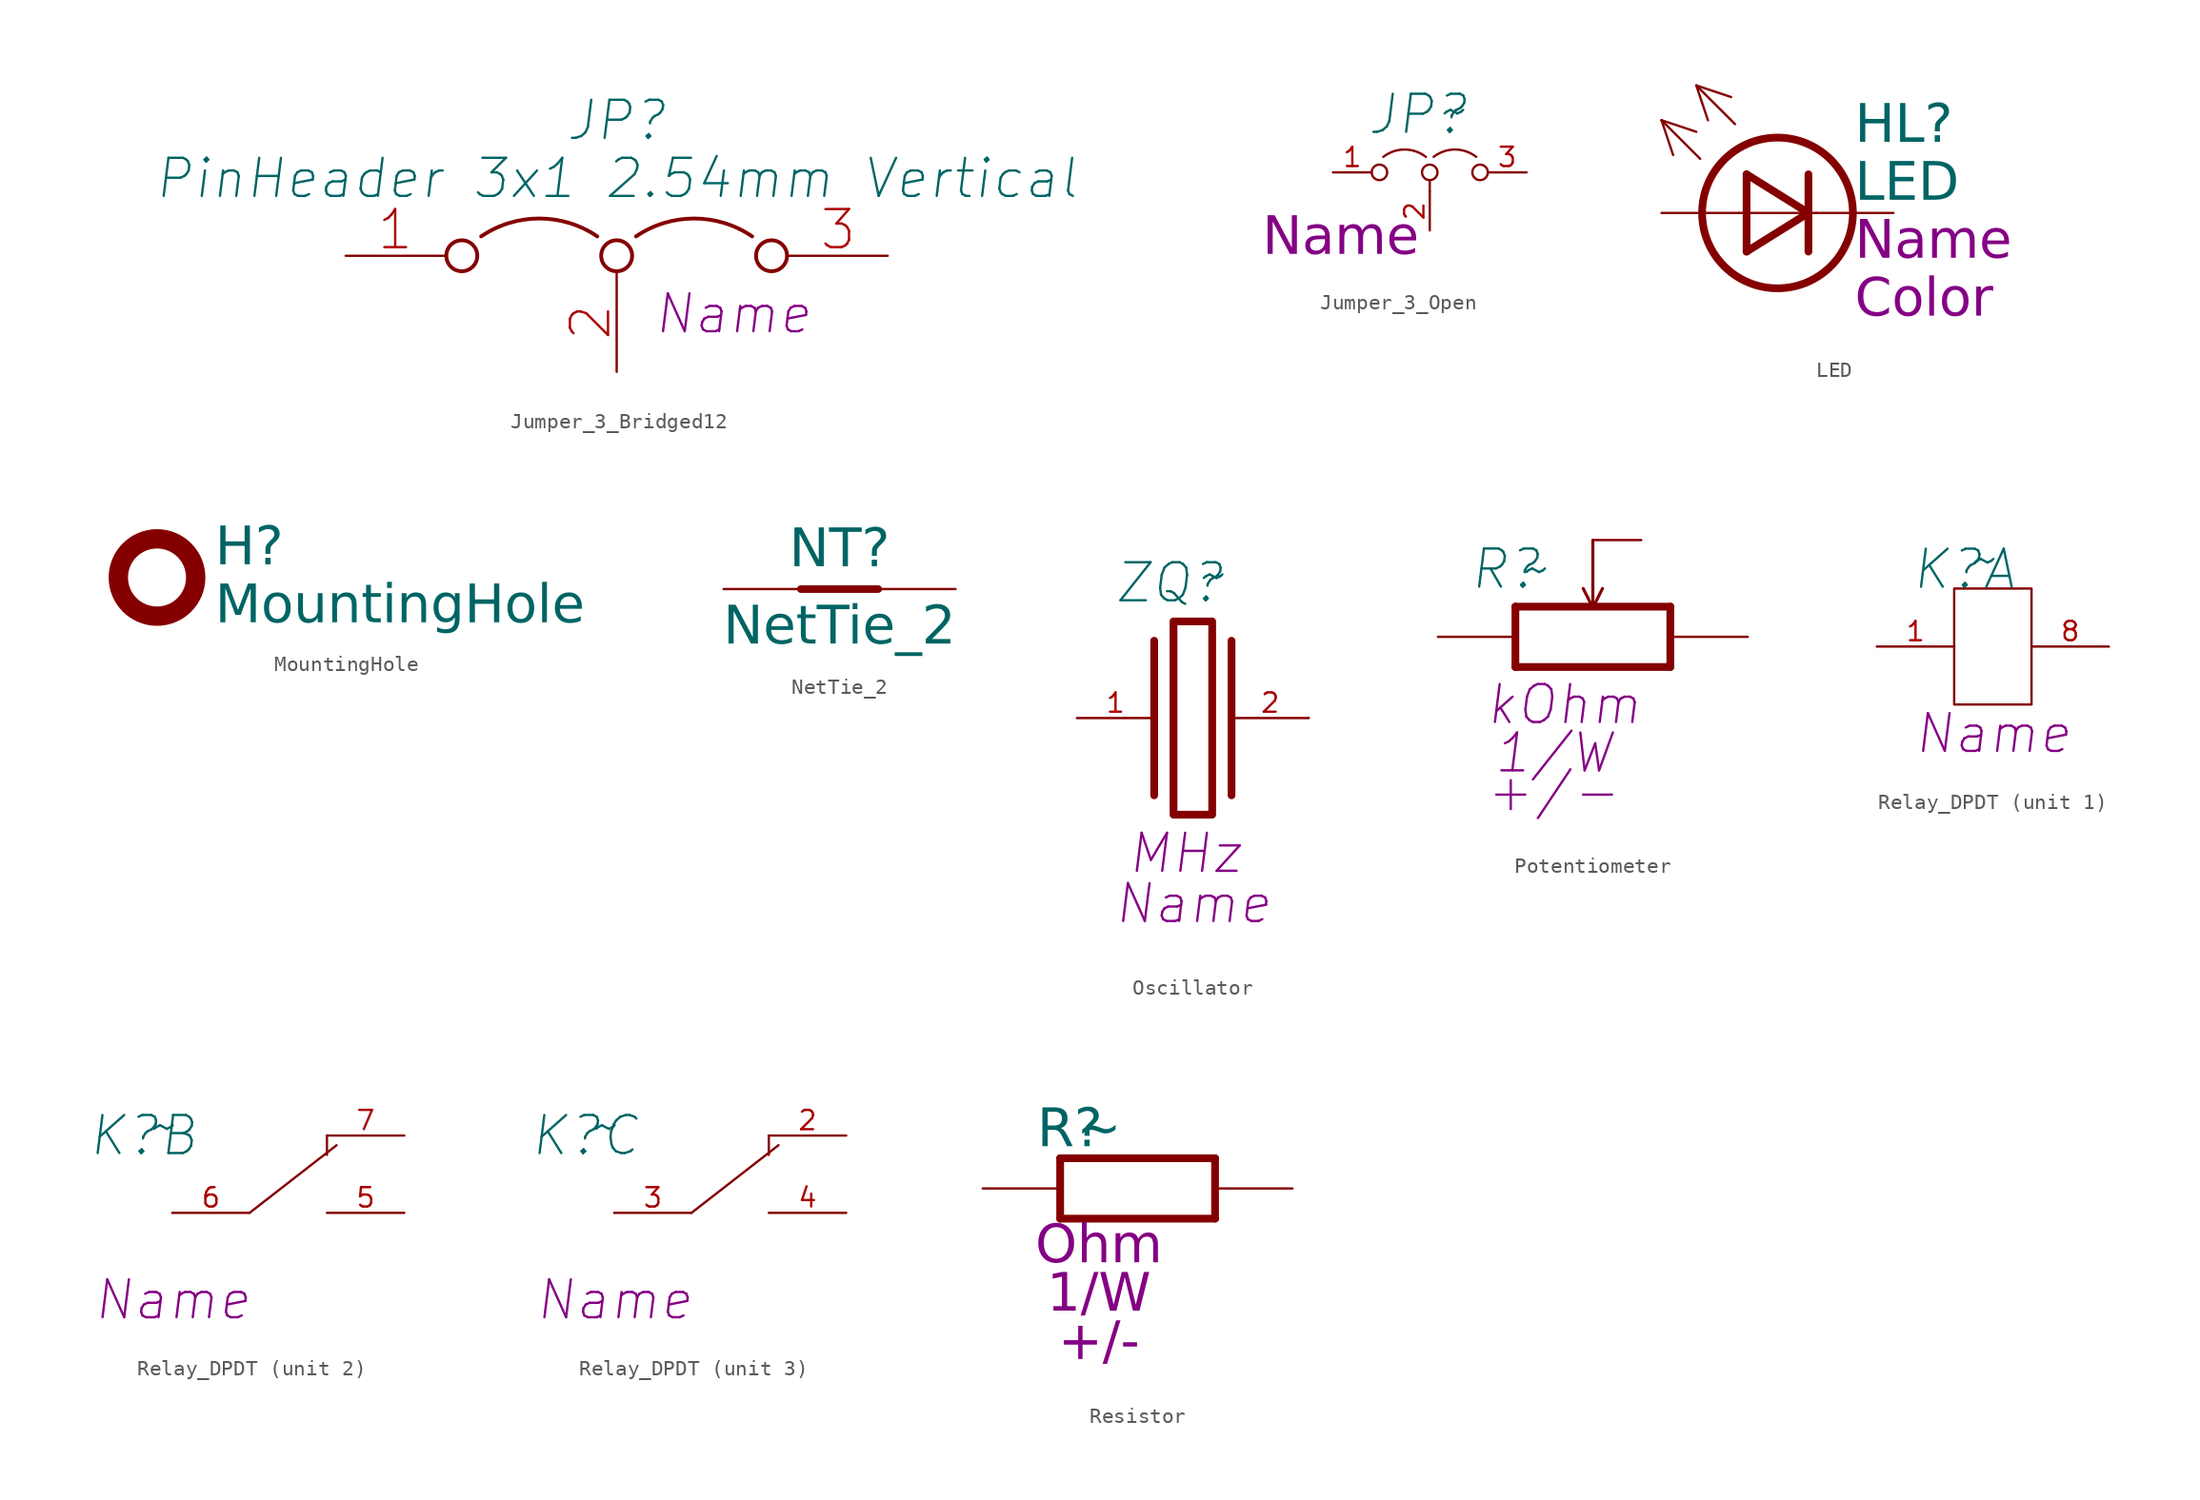
<source format=kicad_sym>
(kicad_symbol_lib
  (version 20241209)
  (generator "kicad_symbol_editor")
  (generator_version "9.0")
  (symbol "Jumper_3_Bridged12"
    (pin_names
      (offset 0)
      (hide yes))
    (property "Reference" "JP"
      (at 0 8.89 0)
      (effects (font (size 2.5 2.5) (italic yes))))
    (property "Value" "PinHeader 3x1 2.54mm Vertical"
      (at 0 5.08 0)
      (effects (font (size 2.5 2.5) (italic yes))))
    (property "Name" "Name"
      (at 7.62 -3.81 0)
      (effects (font (size 2.489 2.489) (italic yes))))
    (symbol "Jumper_3_Bridged12_1_0"
      (circle (center -10.16 0) (radius 1.016) (stroke (width 0.25) (type solid)) (fill (type none)))
      (circle (center 0 0) (radius 1.016) (stroke (width 0.25) (type solid)) (fill (type none)))
      (circle (center 10.16 0) (radius 1.016) (stroke (width 0.25) (type solid)) (fill (type none))))
    (symbol "Jumper_3_Bridged12_1_1"
      (arc (start -8.89 1.27) (mid -5.08 2.4453) (end -1.27 1.27) (stroke (width 0.25) (type solid)) (fill (type none)))
      (arc (start 1.27 1.27) (mid 5.08 2.4453) (end 8.89 1.27) (stroke (width 0.25) (type solid)) (fill (type none)))
      (pin passive line (at -17.78 0 0) (length 6.5) (name "A" (effects (font (size 2.5 2.5)))) (number "1" (effects (font (size 2.5 2.5)))))
      (pin input line (at 0 -7.62 90) (length 6.5) (name "C" (effects (font (size 2.5 2.5)))) (number "2" (effects (font (size 2.5 2.5)))))
      (pin passive line (at 17.78 0 180) (length 6.5) (name "B" (effects (font (size 2.5 2.5)))) (number "3" (effects (font (size 2.5 2.5)))))))
  (symbol "Jumper_3_Open"
    (pin_names
      (offset 0)
      (hide yes))
    (property "Reference" "JP"
      (at -0.762 3.81 0)
      (effects (font (size 2.5 2.5) (italic yes))))
    (property "Value" "~"
      (at 1.524 4.064 0)
      (effects (font (size 2.5 2.5) (italic yes))))
    (property "Name" "Name"
      (at -5.842 -4.318 0)
      (effects (font (face "GOST type A") (size 2.489 2.489) (italic yes))))
    (symbol "Jumper_3_Open_0_0"
      (circle (center -3.302 0) (radius 0.508) (stroke (width 0) (type solid)) (fill (type none)))
      (circle (center 0 0) (radius 0.508) (stroke (width 0) (type solid)) (fill (type none)))
      (circle (center 3.302 0) (radius 0.508) (stroke (width 0) (type solid)) (fill (type none))))
    (symbol "Jumper_3_Open_0_1"
      (arc (start -3.048 1.016) (mid -1.651 1.4992) (end -0.254 1.016) (stroke (width 0) (type solid)) (fill (type none)))
      (polyline (pts (xy 0 -0.508) (xy 0 -1.27)) (stroke (width 0) (type solid)) (fill (type none)))
      (arc (start 0.254 1.016) (mid 1.651 1.4992) (end 3.048 1.016) (stroke (width 0) (type solid)) (fill (type none))))
    (symbol "Jumper_3_Open_1_1"
      (pin passive line (at -6.35 0 0) (length 2.54) (name "A" (effects (font (size 1.27 1.27)))) (number "1" (effects (font (size 1.27 1.27)))))
      (pin input line (at 0 -3.81 90) (length 2.54) (name "C" (effects (font (size 1.27 1.27)))) (number "2" (effects (font (size 1.27 1.27)))))
      (pin passive line (at 6.35 0 180) (length 2.54) (name "B" (effects (font (size 1.27 1.27)))) (number "3" (effects (font (size 1.27 1.27)))))))
  (symbol "LED"
    (pin_numbers
      (hide yes))
    (pin_names
      (offset 1.016)
      (hide yes))
    (property "Reference" "HL"
      (at 5.08 5.715 0)
      (effects (font (face "GOST type A") (size 2.5 2.5) (italic yes)) (justify left)))
    (property "Value" "LED"
      (at 5.08 1.905 0)
      (effects (font (face "GOST type A") (size 2.5 2.5) (italic yes)) (justify left)))
    (property "Name" "Name"
      (at 5.08 -1.905 0)
      (effects (font (face "GOST type A") (size 2.5 2.5) (italic yes)) (justify left)))
    (property "Color" "Color"
      (at 5.08 -5.715 0)
      (effects (font (face "GOST type A") (size 2.489 2.489) (italic yes)) (justify left)))
    (symbol "LED_0_1"
      (polyline (pts (xy -5.08 3.556) (xy -7.62 6.096)) (stroke (width 0) (type solid)) (fill (type none)))
      (polyline (pts (xy -2.032 -2.54) (xy -2.032 2.54)) (stroke (width 0.508) (type solid)) (fill (type none)))
      (polyline (pts (xy -2.032 -2.54) (xy 2.032 0) (xy -2.032 2.54)) (stroke (width 0.508) (type solid)) (fill (type none)))
      (circle (center 0 0) (radius 4.953) (stroke (width 0.508) (type solid)) (fill (type none)))
      (polyline (pts (xy 2.032 -2.54) (xy 2.032 2.54)) (stroke (width 0.508) (type solid)) (fill (type none)))
      (polyline (pts (xy 2.54 0) (xy -2.54 0)) (stroke (width 0) (type solid)) (fill (type none))))
    (symbol "LED_1_1"
      (polyline (pts (xy -7.62 6.096) (xy -6.858 3.81)) (stroke (width 0) (type solid)) (fill (type none)))
      (polyline (pts (xy -7.62 6.096) (xy -5.334 5.334)) (stroke (width 0) (type solid)) (fill (type none)))
      (polyline (pts (xy -5.334 8.382) (xy -4.572 6.096)) (stroke (width 0) (type solid)) (fill (type none)))
      (polyline (pts (xy -5.334 8.382) (xy -3.048 7.62)) (stroke (width 0) (type solid)) (fill (type none)))
      (polyline (pts (xy -2.794 5.842) (xy -5.334 8.382)) (stroke (width 0) (type solid)) (fill (type none)))
      (pin passive line (at -7.62 0 0) (length 5.08) (name "A" (effects (font (size 1.27 1.27)))) (number "2" (effects (font (size 1.27 1.27)))))
      (pin passive line (at 7.62 0 180) (length 5.08) (name "K" (effects (font (size 1.27 1.27)))) (number "1" (effects (font (size 1.27 1.27)))))))
  (symbol "MountingHole"
    (pin_names
      (offset 1.016))
    (property "Reference" "H"
      (at 3.81 1.905 0)
      (effects (font (face "GOST type A") (size 2.5 2.5) (italic yes)) (justify left)))
    (property "Value" "MountingHole"
      (at 3.81 -1.905 0)
      (effects (font (face "GOST type A") (size 2.5 2.5) (italic yes)) (justify left)))
    (symbol "MountingHole_0_1"
      (circle (center 0 0) (radius 2.54) (stroke (width 1.27) (type default)) (fill (type none)))))
  (symbol "NetTie_2"
    (pin_numbers
      (hide yes))
    (pin_names
      (offset 0)
      (hide yes))
    (property "Reference" "NT"
      (at 0 2.54 0)
      (effects (font (face "GOST type A") (size 2.5 2.5) (italic yes))))
    (property "Value" "NetTie_2"
      (at 0 -2.54 0)
      (effects (font (face "GOST type A") (size 2.5 2.5) (italic yes))))
    (symbol "NetTie_2_1_1"
      (polyline (pts (xy -2.54 0) (xy 2.54 0)) (stroke (width 0.5) (type default)) (fill (type none)))
      (pin passive line (at -7.62 0 0) (length 5.08) (name "1" (effects (font (size 1.27 1.27)))) (number "1" (effects (font (size 1.27 1.27)))))
      (pin passive line (at 7.62 0 180) (length 5.08) (name "2" (effects (font (size 1.27 1.27)))) (number "2" (effects (font (size 1.27 1.27)))))))
  (symbol "Oscillator"
    (pin_names
      (offset 1.016)
      (hide yes))
    (property "Reference" "ZQ"
      (at -1.524 8.89 0)
      (effects (font (size 2.5 2.5) (italic yes))))
    (property "Value" "~"
      (at 1.27 9.398 0)
      (effects (font (size 2.5 2.5) (italic yes))))
    (property "Frequency" "MHz"
      (at -0.508 -8.89 0)
      (effects (font (size 2.5 2.5) (italic yes))))
    (property "Name" "Name"
      (at 0 -12.192 0)
      (effects (font (size 2.489 2.489) (italic yes))))
    (symbol "Oscillator_0_1"
      (polyline (pts (xy -2.54 5.08) (xy -2.54 -5.08)) (stroke (width 0.508) (type solid)) (fill (type none)))
      (rectangle (start -1.27 6.35) (end 1.27 -6.35) (stroke (width 0.508) (type solid)) (fill (type none)))
      (polyline (pts (xy 2.54 5.08) (xy 2.54 -5.08)) (stroke (width 0.508) (type solid)) (fill (type none))))
    (symbol "Oscillator_1_1"
      (pin passive line (at -7.62 0 0) (length 5.08) (name "1" (effects (font (size 1.27 1.27)))) (number "1" (effects (font (size 1.27 1.27)))))
      (pin passive line (at 7.62 0 180) (length 5.08) (name "2" (effects (font (size 1.27 1.27)))) (number "2" (effects (font (size 1.27 1.27)))))))
  (symbol "Potentiometer"
    (pin_numbers
      (hide yes))
    (pin_names
      (offset 1.016)
      (hide yes))
    (property "Reference" "R"
      (at -5.715 4.445 0)
      (effects (font (size 2.5 2.5) (italic yes))))
    (property "Value" "~"
      (at -3.81 4.445 0)
      (effects (font (size 2.5 2.5) (italic yes))))
    (property "Value_1" "kOhm"
      (at -1.905 -4.445 0)
      (effects (font (size 2.489 2.489) (italic yes))))
    (property "Watt" "1/W"
      (at -2.54 -7.62 0)
      (effects (font (size 2.489 2.489) (italic yes))))
    (property "Fault" "+/-"
      (at -2.54 -10.16 0)
      (effects (font (size 2.489 2.489))))
    (symbol "Potentiometer_0_1"
      (polyline (pts (xy 0 1.905) (xy 0 1.905)) (stroke (width 0) (type default)) (fill (type none))))
    (symbol "Potentiometer_1_1"
      (polyline (pts (xy -5.08 1.981) (xy -5.08 -1.981)) (stroke (width 0.508) (type solid)) (fill (type none)))
      (polyline (pts (xy -5.08 1.981) (xy 5.08 1.981)) (stroke (width 0.508) (type solid)) (fill (type none)))
      (polyline (pts (xy -5.08 -1.981) (xy 5.08 -1.981)) (stroke (width 0.508) (type solid)) (fill (type none)))
      (polyline (pts (xy -0.635 3.175) (xy 0 1.905)) (stroke (width 0.2) (type default)) (fill (type none)))
      (polyline (pts (xy 0 6.35) (xy 0 1.905)) (stroke (width 0.2) (type solid)) (fill (type none)))
      (polyline (pts (xy 0.635 3.175) (xy 0 1.905)) (stroke (width 0.2) (type default)) (fill (type none)))
      (polyline (pts (xy 5.08 1.981) (xy 5.08 -1.981)) (stroke (width 0.508) (type solid)) (fill (type none)))
      (pin passive line (at -10.16 0 0) (length 5.08) (name "CCW" (effects (font (size 1.27 1.27)))) (number "1" (effects (font (size 1.27 1.27)))))
      (pin passive line (at 3.175 6.35 180) (length 3.048) (name "" (effects (font (size 1.27 1.27)))) (number "" (effects (font (size 1.27 1.27)))))
      (pin passive line (at 10.16 0 180) (length 5.08) (name "CW" (effects (font (size 1.27 1.27)))) (number "3" (effects (font (size 1.27 1.27)))))))
  (symbol "Relay_DPDT"
    (pin_names
      (offset 1.016)
      (hide yes))
    (property "Reference" "K"
      (at -1.905 5.08 0)
      (effects (font (size 2.5 2.5) (italic yes))))
    (property "Value" "~"
      (at -0.635 5.715 0)
      (effects (font (size 2.5 2.5) (italic yes))))
    (property "Name" "Name"
      (at 0 -5.715 0)
      (effects (font (size 2.489 2.489) (italic yes))))
    (property "ki_locked" ""
      (at 0 0 0)
      (effects (font (size 1.27 1.27))))
    (symbol "Relay_DPDT_1_1"
      (polyline (pts (xy -2.54 3.81) (xy -2.54 -3.81) (xy 2.54 -3.81) (xy 2.54 3.81) (xy -2.54 3.81)) (stroke (width 0) (type solid)) (fill (type none)))
      (pin passive line (at -7.62 0 0) (length 5.08) (name "1" (effects (font (size 1.27 1.27)))) (number "1" (effects (font (size 1.27 1.27)))))
      (pin passive line (at 7.62 0 180) (length 5.08) (name "8" (effects (font (size 1.27 1.27)))) (number "8" (effects (font (size 1.27 1.27))))))
    (symbol "Relay_DPDT_2_1"
      (polyline (pts (xy 5.08 0) (xy 10.795 4.445)) (stroke (width 0) (type solid)) (fill (type none)))
      (polyline (pts (xy 10.16 3.81) (xy 10.16 5.08)) (stroke (width 0) (type solid)) (fill (type none)))
      (pin passive line (at 0 0 0) (length 5.08) (name "6" (effects (font (size 1.27 1.27)))) (number "6" (effects (font (size 1.27 1.27)))))
      (pin passive line (at 15.24 5.08 180) (length 5.08) (name "7" (effects (font (size 1.27 1.27)))) (number "7" (effects (font (size 1.27 1.27)))))
      (pin passive line (at 15.24 0 180) (length 5.08) (name "5" (effects (font (size 1.27 1.27)))) (number "5" (effects (font (size 1.27 1.27))))))
    (symbol "Relay_DPDT_3_1"
      (polyline (pts (xy 5.08 0) (xy 10.795 4.445)) (stroke (width 0) (type solid)) (fill (type none)))
      (polyline (pts (xy 10.16 3.81) (xy 10.16 5.08)) (stroke (width 0) (type solid)) (fill (type none)))
      (pin passive line (at 0 0 0) (length 5.08) (name "3" (effects (font (size 1.27 1.27)))) (number "3" (effects (font (size 1.27 1.27)))))
      (pin passive line (at 15.24 5.08 180) (length 5.08) (name "2" (effects (font (size 1.27 1.27)))) (number "2" (effects (font (size 1.27 1.27)))))
      (pin passive line (at 15.24 0 180) (length 5.08) (name "4" (effects (font (size 1.27 1.27)))) (number "4" (effects (font (size 1.27 1.27)))))))
  (symbol "Resistor"
    (pin_numbers
      (hide yes))
    (pin_names
      (offset 0)
      (hide yes))
    (property "Reference" "R"
      (at -4.445 3.81 0)
      (effects (font (face "GOST type A") (size 2.5 2.5) (italic yes))))
    (property "Value" "~"
      (at -2.54 3.81 0)
      (effects (font (face "GOST type A") (size 2.5 2.5) (italic yes))))
    (property "Resistence" "Ohm"
      (at -2.54 -3.81 0)
      (effects (font (face "GOST type A") (size 2.489 2.489) (italic yes))))
    (property "MaxPower" "1/W"
      (at -2.54 -6.985 0)
      (effects (font (face "GOST type A") (size 2.489 2.489) (italic yes))))
    (property "Tolerance" "+/-"
      (at -2.54 -10.16 0)
      (effects (font (face "GOST type A") (size 2.489 2.489) (italic yes))))
    (symbol "Resistor_0_1"
      (polyline (pts (xy -5.08 1.981) (xy -5.08 -1.981)) (stroke (width 0.508) (type solid)) (fill (type none)))
      (polyline (pts (xy -5.08 1.981) (xy 5.08 1.981)) (stroke (width 0.508) (type solid)) (fill (type none)))
      (polyline (pts (xy -5.08 -1.981) (xy 5.08 -1.981)) (stroke (width 0.508) (type solid)) (fill (type none))))
    (symbol "Resistor_1_1"
      (polyline (pts (xy 5.08 1.981) (xy 5.08 -1.981)) (stroke (width 0.508) (type solid)) (fill (type none)))
      (pin passive line (at -10.16 0 0) (length 5.08) (name "1" (effects (font (size 1.27 1.27)))) (number "1" (effects (font (size 1.27 1.27)))))
      (pin passive line (at 10.16 0 180) (length 5.08) (name "2" (effects (font (size 1.27 1.27)))) (number "2" (effects (font (size 1.27 1.27))))))))
</source>
